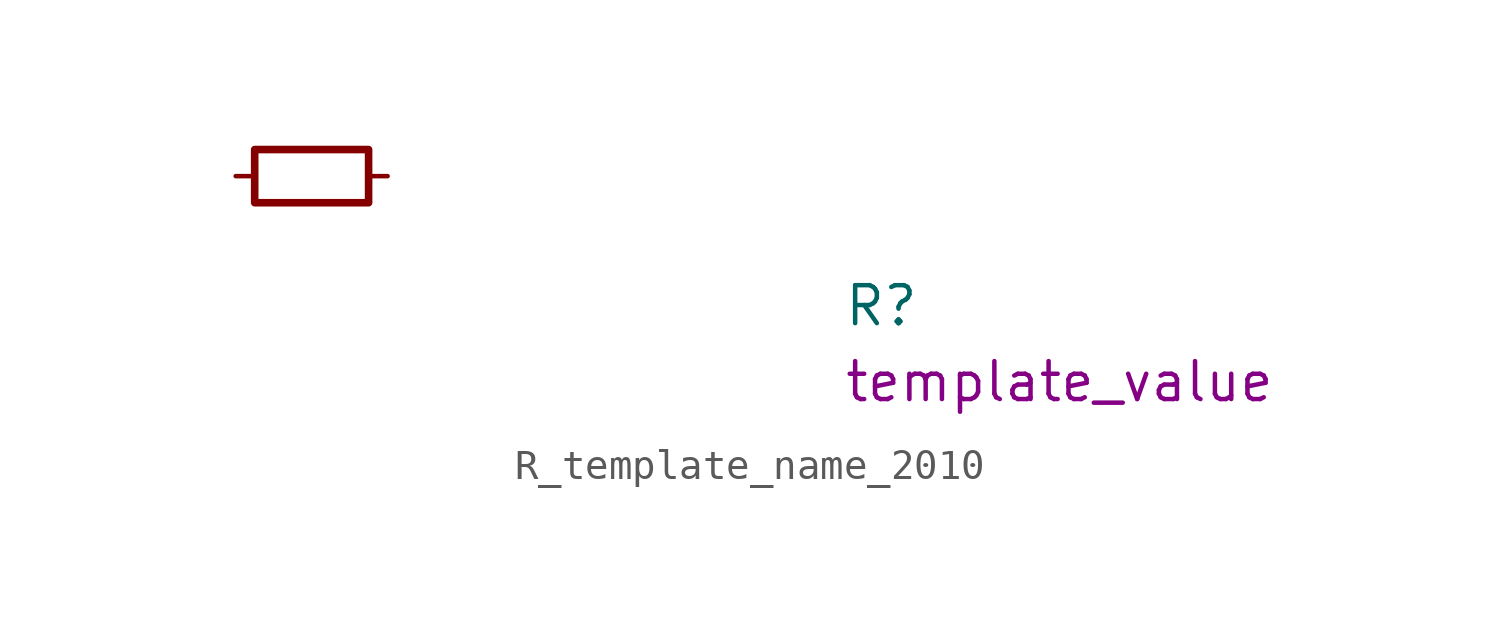
<source format=kicad_sym>
(kicad_symbol_lib
  (version 20211014)
  (generator kicad_symbol_editor)
  (symbol "R_template_name_2010"
    (pin_numbers hide)
    (pin_names hide)
    (property "Reference" "R"
      (at 20.32 -5.08 0)
      (effects (font (size 1.27 1.27) (thickness 0.15)) (justify left bottom)))
    (property "Val" "template_value"
      (at 20.32 -7.62 0)
      (effects (font (size 1.27 1.27) (thickness 0.15)) (justify left bottom)))
    (symbol "R_template_name_2010_0_1"
      (rectangle (start 0.635 0.889) (end 4.445 -0.889) (stroke (width 0.254) (type default) (color 0 0 0 0)) (fill (type none))))
    (symbol "R_template_name_2010_1_1"
      (pin passive line (at 0 0 0) (length 0.635) (name "~" (effects (font (size 1.27 1.27)))) (number "1" (effects (font (size 1.27 1.27)))))
      (pin passive line (at 5.08 0 180) (length 0.635) (name "~" (effects (font (size 1.27 1.27)))) (number "2" (effects (font (size 1.27 1.27))))))))
</source>
